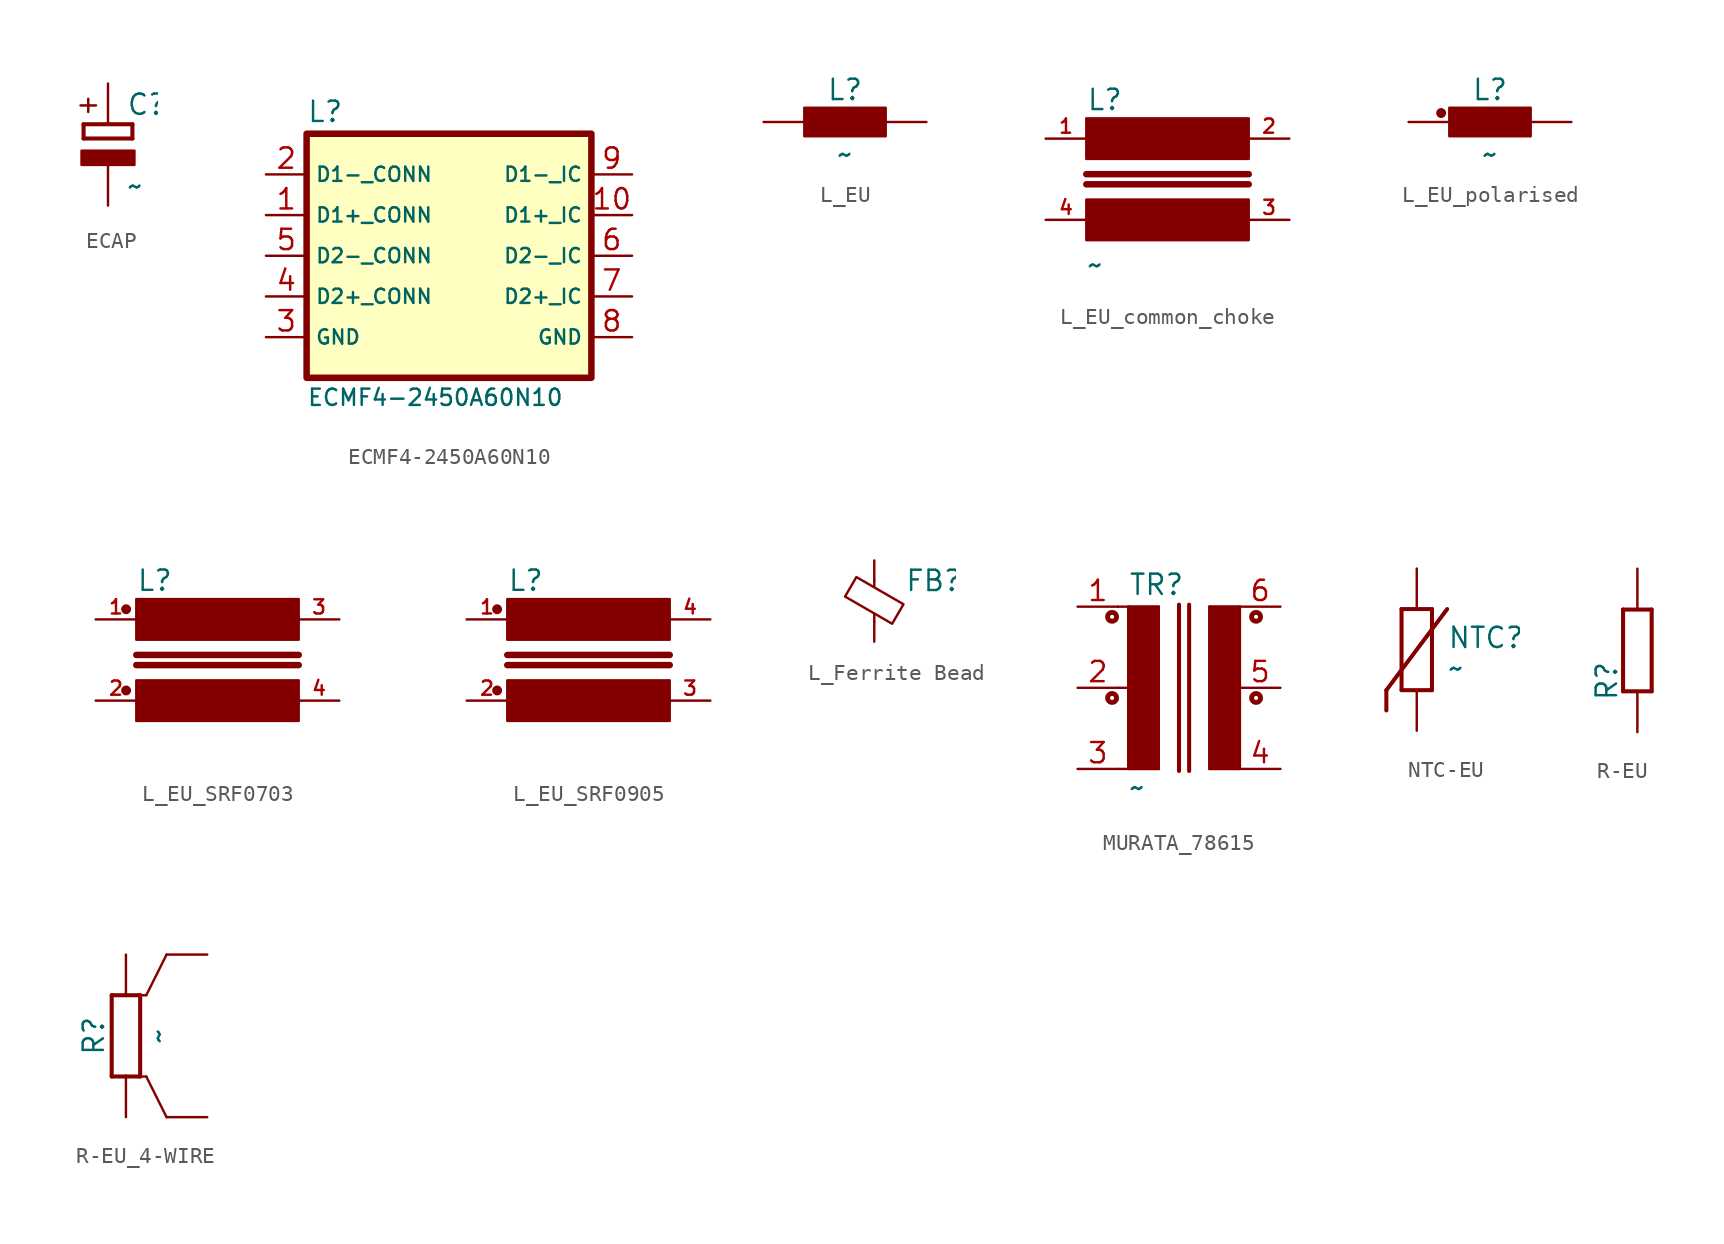
<source format=kicad_sym>
(kicad_symbol_lib
  (version 20241209)
  (generator "kicad_symbol_editor")
  (generator_version "9.0")
  (symbol "ECAP"
    (property "Reference" "C"
      (at 1.143 0.483 0)
      (effects (font (size 1.27 1.27)) (justify left bottom)))
    (property "Value" "~"
      (at 1.143 -4.597 0)
      (effects (font (size 1.27 1.27)) (justify left bottom)))
    (symbol "ECAP_1_0"
      (rectangle (start -1.651 -2.54) (end 1.651 -1.651) (stroke (width 0) (type default)) (fill (type outline)))
      (polyline (pts (xy -1.524 0) (xy -1.524 -0.889)) (stroke (width 0.254) (type solid)) (fill (type none)))
      (polyline (pts (xy -1.524 0) (xy 1.524 0)) (stroke (width 0.254) (type solid)) (fill (type none)))
      (polyline (pts (xy -1.524 -0.889) (xy 1.524 -0.889)) (stroke (width 0.254) (type solid)) (fill (type none)))
      (polyline (pts (xy 1.524 -0.889) (xy 1.524 0)) (stroke (width 0.254) (type solid)) (fill (type none)))
      (text "+" (at -0.584 0.406 900) (effects (font (size 1.27 1.079)) (justify left bottom)))
      (pin passive line (at 0 2.54 270) (length 2.54) (name "+" (effects (font (size 0 0)))) (number "+" (effects (font (size 0 0)))))
      (pin passive line (at 0 -5.08 90) (length 2.54) (name "-" (effects (font (size 0 0)))) (number "-" (effects (font (size 0 0)))))))
  (symbol "ECMF4-2450A60N10"
    (property "Reference" "L"
      (at 5.08 3.175 0)
      (effects (font (size 1.27 1.27)) (justify left bottom)))
    (property "Value" "ECMF4-2450A60N10"
      (at 5.08 -13.335 0)
      (effects (font (size 1.016 1.016)) (justify left top)))
    (symbol "ECMF4-2450A60N10_1_1"
      (rectangle (start 5.08 2.54) (end 22.86 -12.7) (stroke (width 0.406) (type solid)) (fill (type background)))
      (pin passive line (at 2.54 0 0) (length 2.54) (name "D1-_CONN" (effects (font (size 0.889 0.889)))) (number "2" (effects (font (size 1.27 1.27)))))
      (pin passive line (at 2.54 -2.54 0) (length 2.54) (name "D1+_CONN" (effects (font (size 0.889 0.889)))) (number "1" (effects (font (size 1.27 1.27)))))
      (pin passive line (at 2.54 -5.08 0) (length 2.54) (name "D2-_CONN" (effects (font (size 0.889 0.889)))) (number "5" (effects (font (size 1.27 1.27)))))
      (pin passive line (at 2.54 -7.62 0) (length 2.54) (name "D2+_CONN" (effects (font (size 0.889 0.889)))) (number "4" (effects (font (size 1.27 1.27)))))
      (pin passive line (at 2.54 -10.16 0) (length 2.54) (name "GND" (effects (font (size 0.889 0.889)))) (number "3" (effects (font (size 1.27 1.27)))))
      (pin passive line (at 25.4 0 180) (length 2.54) (name "D1-_IC" (effects (font (size 0.889 0.889)))) (number "9" (effects (font (size 1.27 1.27)))))
      (pin passive line (at 25.4 -2.54 180) (length 2.54) (name "D1+_IC" (effects (font (size 0.889 0.889)))) (number "10" (effects (font (size 1.27 1.27)))))
      (pin passive line (at 25.4 -5.08 180) (length 2.54) (name "D2-_IC" (effects (font (size 0.889 0.889)))) (number "6" (effects (font (size 1.27 1.27)))))
      (pin passive line (at 25.4 -7.62 180) (length 2.54) (name "D2+_IC" (effects (font (size 0.889 0.889)))) (number "7" (effects (font (size 1.27 1.27)))))
      (pin passive line (at 25.4 -10.16 180) (length 2.54) (name "GND" (effects (font (size 0.889 0.889)))) (number "8" (effects (font (size 1.27 1.27)))))))
  (symbol "L_EU"
    (property "Reference" "L"
      (at 0 1.27 0)
      (effects (font (size 1.27 1.27)) (justify bottom)))
    (property "Value" "~"
      (at 0 -1.27 0)
      (effects (font (size 1.27 1.27)) (justify top)))
    (symbol "L_EU_1_0"
      (rectangle (start -2.54 0.889) (end 2.54 -0.889) (stroke (width 0) (type default)) (fill (type outline)))
      (pin passive line (at -5.08 0 0) (length 2.54) (name "1" (effects (font (size 0 0)))) (number "1" (effects (font (size 0 0)))))
      (pin passive line (at 5.08 0 180) (length 2.54) (name "2" (effects (font (size 0 0)))) (number "2" (effects (font (size 0 0)))))))
  (symbol "L_EU_common_choke"
    (property "Reference" "L"
      (at 2.54 1.689 0)
      (effects (font (size 1.27 1.27)) (justify left bottom)))
    (property "Value" "~"
      (at 2.54 -8.636 0)
      (effects (font (size 1.27 1.27)) (justify left bottom)))
    (symbol "L_EU_common_choke_1_0"
      (rectangle (start 2.54 -1.27) (end 12.7 1.27) (stroke (width 0) (type default)) (fill (type outline)))
      (polyline (pts (xy 2.54 -2.223) (xy 12.7 -2.223)) (stroke (width 0.406) (type solid)) (fill (type none)))
      (polyline (pts (xy 12.7 -2.857) (xy 2.54 -2.857)) (stroke (width 0.406) (type solid)) (fill (type none)))
      (rectangle (start 12.7 -3.81) (end 2.54 -6.35) (stroke (width 0) (type default)) (fill (type outline)))
      (pin passive line (at 0 0 0) (length 2.54) (name "1" (effects (font (size 0 0)))) (number "1" (effects (font (size 0.889 0.889)))))
      (pin passive line (at 0 -5.08 0) (length 2.54) (name "4" (effects (font (size 0 0)))) (number "4" (effects (font (size 0.889 0.889)))))
      (pin passive line (at 15.24 0 180) (length 2.54) (name "2" (effects (font (size 0 0)))) (number "2" (effects (font (size 0.889 0.889)))))
      (pin passive line (at 15.24 -5.08 180) (length 2.54) (name "3" (effects (font (size 0 0)))) (number "3" (effects (font (size 0.889 0.889)))))))
  (symbol "L_EU_polarised"
    (property "Reference" "L"
      (at 0 1.27 0)
      (effects (font (size 1.27 1.27)) (justify bottom)))
    (property "Value" "~"
      (at 0 -1.27 0)
      (effects (font (size 1.27 1.27)) (justify top)))
    (symbol "L_EU_polarised_1_0"
      (rectangle (start -2.54 -0.889) (end 2.54 0.889) (stroke (width 0) (type default)) (fill (type outline)))
      (pin passive line (at -5.08 0 0) (length 2.54) (name "1" (effects (font (size 0 0)))) (number "1" (effects (font (size 0 0)))))
      (pin passive line (at 5.08 0 180) (length 2.54) (name "2" (effects (font (size 0 0)))) (number "2" (effects (font (size 0 0))))))
    (symbol "L_EU_polarised_1_1"
      (circle (center -3.048 0.559) (radius 0.234) (stroke (width 0) (type default)) (fill (type outline)))))
  (symbol "L_EU_SRF0703"
    (property "Reference" "L"
      (at 2.54 1.689 0)
      (effects (font (size 1.27 1.27)) (justify left bottom)))
    (property "Value" ""
      (at 2.54 -8.636 0)
      (effects (font (size 1.778 1.511)) (justify left bottom)))
    (symbol "L_EU_SRF0703_1_0"
      (rectangle (start 2.54 -1.27) (end 12.7 1.27) (stroke (width 0) (type default)) (fill (type outline)))
      (polyline (pts (xy 2.54 -2.223) (xy 12.7 -2.223)) (stroke (width 0.406) (type solid)) (fill (type none)))
      (polyline (pts (xy 12.7 -2.857) (xy 2.54 -2.857)) (stroke (width 0.406) (type solid)) (fill (type none)))
      (rectangle (start 12.7 -3.81) (end 2.54 -6.35) (stroke (width 0) (type default)) (fill (type outline)))
      (pin passive line (at 0 0 0) (length 2.54) (name "1" (effects (font (size 0 0)))) (number "1" (effects (font (size 0.889 0.889)))))
      (pin passive line (at 0 -5.08 0) (length 2.54) (name "2" (effects (font (size 0 0)))) (number "2" (effects (font (size 0.889 0.889)))))
      (pin passive line (at 15.24 0 180) (length 2.54) (name "3" (effects (font (size 0 0)))) (number "3" (effects (font (size 0.889 0.889)))))
      (pin passive line (at 15.24 -5.08 180) (length 2.54) (name "4" (effects (font (size 0 0)))) (number "4" (effects (font (size 0.889 0.889))))))
    (symbol "L_EU_SRF0703_1_1"
      (circle (center 1.905 0.635) (radius 0.234) (stroke (width 0) (type default)) (fill (type outline)))
      (circle (center 1.905 -4.445) (radius 0.234) (stroke (width 0) (type default)) (fill (type outline)))))
  (symbol "L_EU_SRF0905"
    (property "Reference" "L"
      (at 2.54 1.689 0)
      (effects (font (size 1.27 1.27)) (justify left bottom)))
    (property "Value" ""
      (at 2.54 -8.636 0)
      (effects (font (size 1.778 1.511)) (justify left bottom)))
    (symbol "L_EU_SRF0905_1_0"
      (rectangle (start 2.54 -1.27) (end 12.7 1.27) (stroke (width 0) (type default)) (fill (type outline)))
      (polyline (pts (xy 2.54 -2.223) (xy 12.7 -2.223)) (stroke (width 0.406) (type solid)) (fill (type none)))
      (polyline (pts (xy 12.7 -2.857) (xy 2.54 -2.857)) (stroke (width 0.406) (type solid)) (fill (type none)))
      (rectangle (start 12.7 -3.81) (end 2.54 -6.35) (stroke (width 0) (type default)) (fill (type outline)))
      (pin passive line (at 0 0 0) (length 2.54) (name "1" (effects (font (size 0 0)))) (number "1" (effects (font (size 0.889 0.889)))))
      (pin passive line (at 0 -5.08 0) (length 2.54) (name "2" (effects (font (size 0 0)))) (number "2" (effects (font (size 0.889 0.889)))))
      (pin passive line (at 15.24 0 180) (length 2.54) (name "4" (effects (font (size 0 0)))) (number "4" (effects (font (size 0.889 0.889)))))
      (pin passive line (at 15.24 -5.08 180) (length 2.54) (name "3" (effects (font (size 0 0)))) (number "3" (effects (font (size 0.889 0.889))))))
    (symbol "L_EU_SRF0905_1_1"
      (circle (center 1.905 0.635) (radius 0.234) (stroke (width 0) (type default)) (fill (type outline)))
      (circle (center 1.905 -4.445) (radius 0.234) (stroke (width 0) (type default)) (fill (type outline)))))
  (symbol "L_Ferrite Bead"
    (pin_numbers
      (hide yes))
    (pin_names
      (offset 0))
    (property "Reference" "FB"
      (at 1.905 1.27 0)
      (effects (font (size 1.27 1.27)) (justify left)))
    (property "Value" ""
      (at 1.905 -1.27 0)
      (effects (font (size 1.27 1.27)) (justify left)))
    (symbol "L_Ferrite Bead_0_1"
      (polyline (pts (xy -1.829 0.279) (xy -1.118 1.499) (xy 1.829 -0.203) (xy 1.118 -1.422) (xy -1.829 0.279)) (stroke (width 0) (type default)) (fill (type none)))
      (polyline (pts (xy 0 0.889) (xy 0 1.295)) (stroke (width 0) (type default)) (fill (type none)))
      (polyline (pts (xy 0 -1.27) (xy 0 -0.787)) (stroke (width 0) (type default)) (fill (type none))))
    (symbol "L_Ferrite Bead_1_1"
      (pin passive line (at 0 2.54 270) (length 1.27) (name "~" (effects (font (size 1.27 1.27)))) (number "1" (effects (font (size 1.27 1.27)))))
      (pin passive line (at 0 -2.54 90) (length 1.27) (name "~" (effects (font (size 1.27 1.27)))) (number "2" (effects (font (size 1.27 1.27)))))))
  (symbol "MURATA_78615"
    (property "Reference" "TR"
      (at -4.445 5.715 0)
      (effects (font (size 1.27 1.27)) (justify left bottom)))
    (property "Value" "~"
      (at -4.445 -6.985 0)
      (effects (font (size 1.27 1.27)) (justify left bottom)))
    (symbol "MURATA_78615_1_0"
      (circle (center -5.461 4.445) (radius 0.127) (stroke (width 0.305) (type solid)) (fill (type none)))
      (circle (center -5.461 -0.635) (radius 0.127) (stroke (width 0.305) (type solid)) (fill (type none)))
      (polyline (pts (xy -5.08 5.08) (xy -4.445 5.08)) (stroke (width 0.152) (type solid)) (fill (type none)))
      (polyline (pts (xy -5.08 0) (xy -4.445 0)) (stroke (width 0.152) (type solid)) (fill (type none)))
      (polyline (pts (xy -4.445 5.08) (xy -4.445 0)) (stroke (width 0.152) (type solid)) (fill (type none)))
      (polyline (pts (xy -4.445 5.08) (xy -2.54 5.08)) (stroke (width 0.152) (type solid)) (fill (type none)))
      (polyline (pts (xy -4.445 0) (xy -4.445 -5.08)) (stroke (width 0.152) (type solid)) (fill (type none)))
      (rectangle (start -4.445 -5.08) (end -2.54 5.08) (stroke (width 0) (type default)) (fill (type outline)))
      (polyline (pts (xy -4.445 -5.08) (xy -5.08 -5.08)) (stroke (width 0.152) (type solid)) (fill (type none)))
      (polyline (pts (xy -2.54 5.08) (xy -2.54 -5.08)) (stroke (width 0.152) (type solid)) (fill (type none)))
      (polyline (pts (xy -2.54 -5.08) (xy -4.445 -5.08)) (stroke (width 0.152) (type solid)) (fill (type none)))
      (polyline (pts (xy -1.27 5.207) (xy -1.27 -5.207)) (stroke (width 0.254) (type solid)) (fill (type none)))
      (polyline (pts (xy -0.635 5.207) (xy -0.635 -5.207)) (stroke (width 0.254) (type solid)) (fill (type none)))
      (polyline (pts (xy 0.635 5.08) (xy 0.635 -5.08)) (stroke (width 0.152) (type solid)) (fill (type none)))
      (polyline (pts (xy 0.635 -5.08) (xy 2.54 -5.08)) (stroke (width 0.152) (type solid)) (fill (type none)))
      (rectangle (start 0.635 -5.08) (end 2.54 5.08) (stroke (width 0) (type default)) (fill (type outline)))
      (polyline (pts (xy 2.54 5.08) (xy 0.635 5.08)) (stroke (width 0.152) (type solid)) (fill (type none)))
      (polyline (pts (xy 2.54 5.08) (xy 2.54 -5.08)) (stroke (width 0.152) (type solid)) (fill (type none)))
      (circle (center 3.556 4.445) (radius 0.127) (stroke (width 0.305) (type solid)) (fill (type none)))
      (circle (center 3.556 -0.635) (radius 0.127) (stroke (width 0.305) (type solid)) (fill (type none)))
      (pin passive line (at -7.62 5.08 0) (length 2.54) (name "1" (effects (font (size 0 0)))) (number "1" (effects (font (size 1.27 1.27)))))
      (pin passive line (at -7.62 0 0) (length 2.54) (name "2" (effects (font (size 0 0)))) (number "2" (effects (font (size 1.27 1.27)))))
      (pin passive line (at -7.62 -5.08 0) (length 2.54) (name "3" (effects (font (size 0 0)))) (number "3" (effects (font (size 1.27 1.27)))))
      (pin passive line (at 5.08 5.08 180) (length 2.54) (name "6" (effects (font (size 0 0)))) (number "6" (effects (font (size 1.27 1.27)))))
      (pin passive line (at 5.08 0 180) (length 2.54) (name "5" (effects (font (size 0 0)))) (number "5" (effects (font (size 1.27 1.27)))))
      (pin passive line (at 5.08 -5.08 180) (length 2.54) (name "4" (effects (font (size 0 0)))) (number "4" (effects (font (size 1.27 1.27)))))))
  (symbol "NTC-EU"
    (property "Reference" "NTC"
      (at 1.905 0 0)
      (effects (font (size 1.27 1.27)) (justify left bottom)))
    (property "Value" "~"
      (at 1.905 -1.905 0)
      (effects (font (size 1.27 1.27)) (justify left bottom)))
    (symbol "NTC-EU_1_0"
      (polyline (pts (xy -1.905 -2.54) (xy 1.905 2.54)) (stroke (width 0.254) (type solid)) (fill (type none)))
      (polyline (pts (xy -1.905 -3.81) (xy -1.905 -2.54)) (stroke (width 0.254) (type solid)) (fill (type none)))
      (polyline (pts (xy -0.953 2.54) (xy -0.953 -2.54)) (stroke (width 0.254) (type solid)) (fill (type none)))
      (polyline (pts (xy -0.953 -2.54) (xy 0.953 -2.54)) (stroke (width 0.254) (type solid)) (fill (type none)))
      (polyline (pts (xy 0.953 2.54) (xy -0.953 2.54)) (stroke (width 0.254) (type solid)) (fill (type none)))
      (polyline (pts (xy 0.953 -2.54) (xy 0.953 2.54)) (stroke (width 0.254) (type solid)) (fill (type none)))
      (pin passive line (at 0 5.08 270) (length 2.54) (name "1" (effects (font (size 0 0)))) (number "1" (effects (font (size 0 0)))))
      (pin passive line (at 0 -5.08 90) (length 2.54) (name "2" (effects (font (size 0 0)))) (number "2" (effects (font (size 0 0)))))))
  (symbol "R-EU"
    (property "Reference" "R"
      (at -1.905 -1.905 90)
      (effects (font (size 1.27 1.27))))
    (property "Value" ""
      (at 0 0 90)
      (effects (font (size 1.27 1.27))))
    (symbol "R-EU_1_0"
      (polyline (pts (xy -0.889 2.54) (xy -0.889 -2.54)) (stroke (width 0.254) (type solid)) (fill (type none)))
      (polyline (pts (xy 0.889 2.54) (xy -0.889 2.54)) (stroke (width 0.254) (type solid)) (fill (type none)))
      (polyline (pts (xy 0.889 -2.54) (xy -0.889 -2.54)) (stroke (width 0.254) (type solid)) (fill (type none)))
      (polyline (pts (xy 0.889 -2.54) (xy 0.889 2.54)) (stroke (width 0.254) (type solid)) (fill (type none)))
      (pin passive line (at 0 5.08 270) (length 2.54) (name "2" (effects (font (size 0 0)))) (number "2" (effects (font (size 0 0)))))
      (pin passive line (at 0 -5.08 90) (length 2.54) (name "1" (effects (font (size 0 0)))) (number "1" (effects (font (size 0 0)))))))
  (symbol "R-EU_4-WIRE"
    (property "Reference" "R"
      (at -1.27 0 90)
      (effects (font (size 1.27 1.27)) (justify bottom)))
    (property "Value" "~"
      (at 1.27 0 90)
      (effects (font (size 1.27 1.27)) (justify top)))
    (symbol "R-EU_4-WIRE_1_0"
      (polyline (pts (xy -0.889 2.54) (xy -0.889 -2.54)) (stroke (width 0.254) (type solid)) (fill (type none)))
      (polyline (pts (xy 0 2.54) (xy -0.889 2.54)) (stroke (width 0.254) (type solid)) (fill (type none)))
      (polyline (pts (xy 0 2.54) (xy 1.27 2.54)) (stroke (width 0.152) (type solid)) (fill (type none)))
      (polyline (pts (xy 0 -2.54) (xy -0.889 -2.54)) (stroke (width 0.254) (type solid)) (fill (type none)))
      (polyline (pts (xy 0 -2.54) (xy 1.27 -2.54)) (stroke (width 0.152) (type solid)) (fill (type none)))
      (polyline (pts (xy 0.889 2.54) (xy 0 2.54)) (stroke (width 0.254) (type solid)) (fill (type none)))
      (polyline (pts (xy 0.889 -2.54) (xy 0 -2.54)) (stroke (width 0.254) (type solid)) (fill (type none)))
      (polyline (pts (xy 0.889 -2.54) (xy 0.889 2.54)) (stroke (width 0.254) (type solid)) (fill (type none)))
      (polyline (pts (xy 1.27 2.54) (xy 2.54 5.08)) (stroke (width 0.152) (type solid)) (fill (type none)))
      (polyline (pts (xy 1.27 -2.54) (xy 2.54 -5.08)) (stroke (width 0.152) (type solid)) (fill (type none)))
      (pin passive line (at 0 5.08 270) (length 2.54) (name "2" (effects (font (size 0 0)))) (number "2" (effects (font (size 0 0)))))
      (pin passive line (at 0 -5.08 90) (length 2.54) (name "1" (effects (font (size 0 0)))) (number "1" (effects (font (size 0 0)))))
      (pin passive line (at 5.08 5.08 180) (length 2.54) (name "2S" (effects (font (size 0 0)))) (number "2S" (effects (font (size 0 0)))))
      (pin passive line (at 5.08 -5.08 180) (length 2.54) (name "1S" (effects (font (size 0 0)))) (number "1S" (effects (font (size 0 0))))))))
</source>
